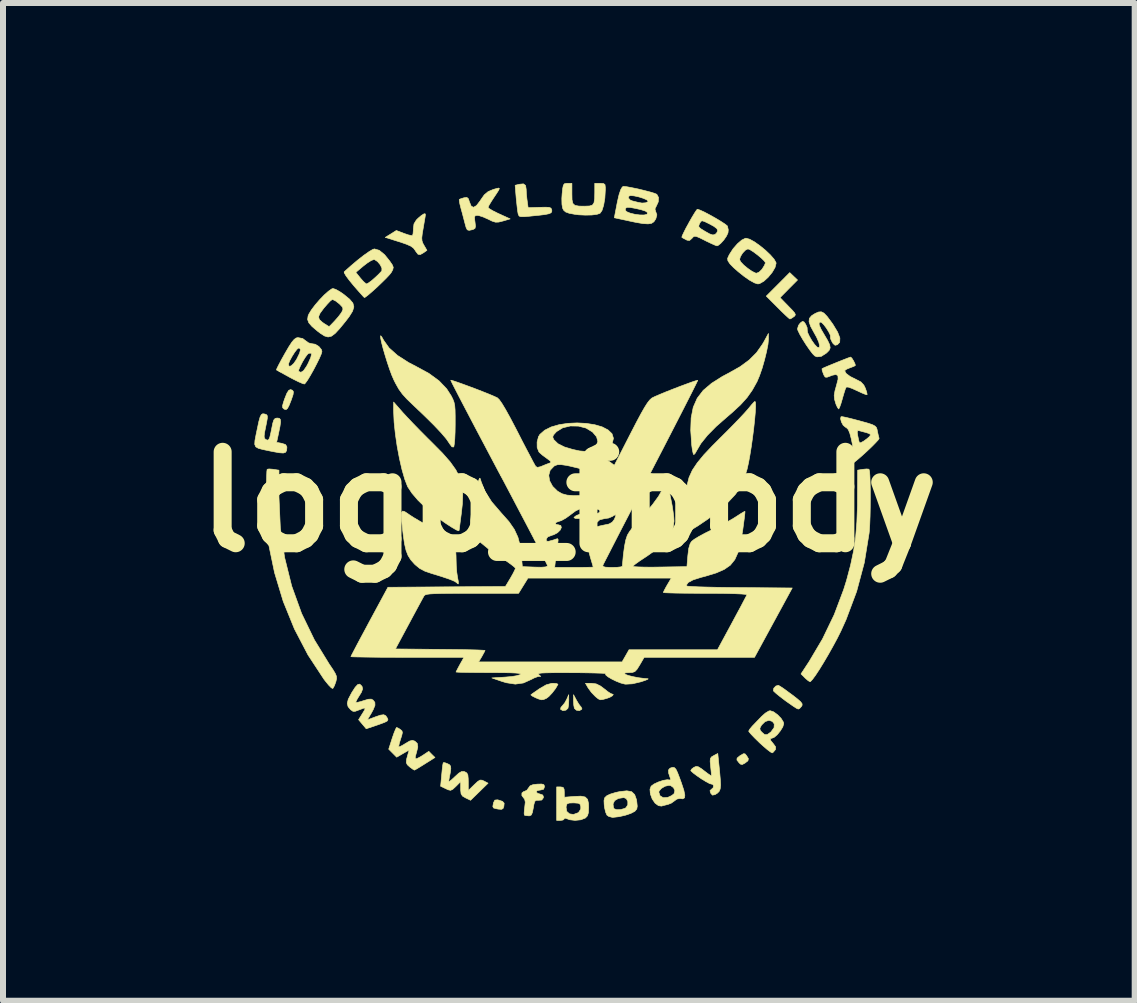
<source format=kicad_pcb>
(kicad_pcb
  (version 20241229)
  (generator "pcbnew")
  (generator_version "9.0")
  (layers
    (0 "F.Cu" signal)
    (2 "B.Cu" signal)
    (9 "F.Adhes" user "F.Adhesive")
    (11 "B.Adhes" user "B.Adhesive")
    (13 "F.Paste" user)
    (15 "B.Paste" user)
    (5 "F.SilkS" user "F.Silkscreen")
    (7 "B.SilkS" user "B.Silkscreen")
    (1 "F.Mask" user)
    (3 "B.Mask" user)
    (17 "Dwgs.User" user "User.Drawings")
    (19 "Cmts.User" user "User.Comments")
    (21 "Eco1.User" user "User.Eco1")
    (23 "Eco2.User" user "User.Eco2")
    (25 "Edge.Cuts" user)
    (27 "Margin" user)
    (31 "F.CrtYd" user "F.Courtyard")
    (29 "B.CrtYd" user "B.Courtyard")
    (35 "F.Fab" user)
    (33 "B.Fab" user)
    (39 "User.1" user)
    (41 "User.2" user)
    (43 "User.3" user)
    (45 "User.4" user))
  (footprint "logo_fbody"
    (layer "F.Cu")
    (at 6.43 5.314)
    (property "Reference" "logo_fbody" (at 0 0 0) (layer "F.SilkS") (effects (font (size 1.524 1.524) (thickness 0.3))))
    (attr through_hole)
    (fp_poly (pts (xy 0.269 0.207) (xy 0.269 0.208) (xy 0.266 0.242) (xy 0.251 0.256) (xy 0.207 0.272) (xy 0.153 0.278) (xy 0.106 0.275) (xy 0.086 0.262) (xy 0.087 0.257) (xy 0.124 0.228) (xy 0.18 0.206) (xy 0.236 0.197) (xy 0.269 0.207)) (stroke (width 0.01) (type solid)) (fill yes) (layer "F.SilkS"))
    (fp_poly (pts (xy -0.001 3.306) (xy -0.004 3.38) (xy -0.014 3.436) (xy -0.015 3.44) (xy -0.049 3.471) (xy -0.099 3.479) (xy -0.137 3.458) (xy -0.138 3.457) (xy -0.132 3.425) (xy -0.11 3.4) (xy -0.07 3.352) (xy -0.035 3.289) (xy -0.002 3.213) (xy -0.001 3.306)) (stroke (width 0.01) (type solid)) (fill yes) (layer "F.SilkS"))
    (fp_poly (pts (xy 2.936 4.199) (xy 2.962 4.229) (xy 2.992 4.279) (xy 2.985 4.314) (xy 2.937 4.352) (xy 2.89 4.377) (xy 2.859 4.37) (xy 2.835 4.346) (xy 2.801 4.302) (xy 2.804 4.27) (xy 2.848 4.233) (xy 2.861 4.225) (xy 2.909 4.197) (xy 2.936 4.199)) (stroke (width 0.01) (type solid)) (fill yes) (layer "F.SilkS"))
    (fp_poly (pts (xy 0.128 3.307) (xy 0.165 3.369) (xy 0.197 3.411) (xy 0.203 3.416) (xy 0.218 3.447) (xy 0.215 3.456) (xy 0.176 3.479) (xy 0.126 3.472) (xy 0.092 3.44) (xy 0.092 3.44) (xy 0.082 3.388) (xy 0.077 3.315) (xy 0.077 3.306) (xy 0.078 3.213) (xy 0.128 3.307)) (stroke (width 0.01) (type solid)) (fill yes) (layer "F.SilkS"))
    (fp_poly (pts (xy -1.172 4.969) (xy -1.105 4.991) (xy -1.078 5.022) (xy -1.083 5.073) (xy -1.083 5.074) (xy -1.097 5.111) (xy -1.123 5.124) (xy -1.176 5.12) (xy -1.213 5.113) (xy -1.255 5.101) (xy -1.267 5.076) (xy -1.257 5.022) (xy -1.254 5.01) (xy -1.233 4.97) (xy -1.191 4.965) (xy -1.172 4.969)) (stroke (width 0.01) (type solid)) (fill yes) (layer "F.SilkS"))
    (fp_poly (pts (xy -4.604 -1.859) (xy -4.59 -1.835) (xy -4.596 -1.787) (xy -4.624 -1.704) (xy -4.625 -1.701) (xy -4.662 -1.608) (xy -4.689 -1.557) (xy -4.713 -1.538) (xy -4.74 -1.544) (xy -4.75 -1.55) (xy -4.769 -1.569) (xy -4.772 -1.601) (xy -4.756 -1.659) (xy -4.736 -1.718) (xy -4.699 -1.81) (xy -4.668 -1.859) (xy -4.637 -1.872) (xy -4.604 -1.859)) (stroke (width 0.01) (type solid)) (fill yes) (layer "F.SilkS"))
    (fp_poly (pts (xy 3.746 -3.759) (xy 3.811 -3.698) (xy 3.665 -3.551) (xy 3.52 -3.404) (xy 3.658 -3.262) (xy 3.727 -3.191) (xy 3.765 -3.146) (xy 3.775 -3.118) (xy 3.764 -3.098) (xy 3.748 -3.085) (xy 3.704 -3.056) (xy 3.684 -3.048) (xy 3.661 -3.065) (xy 3.611 -3.111) (xy 3.541 -3.178) (xy 3.48 -3.239) (xy 3.29 -3.429) (xy 3.486 -3.625) (xy 3.681 -3.821) (xy 3.746 -3.759)) (stroke (width 0.01) (type solid)) (fill yes) (layer "F.SilkS"))
    (fp_poly (pts (xy -0.208 3.027) (xy -0.182 3.038) (xy -0.182 3.042) (xy -0.221 3.11) (xy -0.277 3.183) (xy -0.334 3.244) (xy -0.376 3.275) (xy -0.423 3.295) (xy -0.46 3.298) (xy -0.509 3.283) (xy -0.556 3.263) (xy -0.609 3.236) (xy -0.633 3.217) (xy -0.632 3.215) (xy -0.608 3.196) (xy -0.553 3.158) (xy -0.49 3.114) (xy -0.378 3.049) (xy -0.286 3.024) (xy -0.265 3.023) (xy -0.208 3.027)) (stroke (width 0.01) (type solid)) (fill yes) (layer "F.SilkS"))
    (fp_poly (pts (xy 0.455 3.033) (xy 0.528 3.069) (xy 0.584 3.111) (xy 0.647 3.161) (xy 0.696 3.193) (xy 0.714 3.2) (xy 0.74 3.209) (xy 0.728 3.23) (xy 0.684 3.256) (xy 0.638 3.273) (xy 0.567 3.293) (xy 0.525 3.298) (xy 0.491 3.283) (xy 0.445 3.246) (xy 0.44 3.241) (xy 0.376 3.175) (xy 0.322 3.101) (xy 0.322 3.101) (xy 0.277 3.023) (xy 0.377 3.023) (xy 0.455 3.033)) (stroke (width 0.01) (type solid)) (fill yes) (layer "F.SilkS"))
    (fp_poly (pts (xy 3.496 3.059) (xy 3.53 3.079) (xy 3.594 3.122) (xy 3.675 3.182) (xy 3.719 3.214) (xy 3.808 3.283) (xy 3.861 3.329) (xy 3.886 3.362) (xy 3.888 3.387) (xy 3.879 3.406) (xy 3.845 3.444) (xy 3.823 3.453) (xy 3.792 3.439) (xy 3.732 3.4) (xy 3.652 3.344) (xy 3.607 3.312) (xy 3.523 3.248) (xy 3.455 3.193) (xy 3.415 3.156) (xy 3.408 3.147) (xy 3.415 3.106) (xy 3.45 3.069) (xy 3.491 3.057) (xy 3.496 3.059)) (stroke (width 0.01) (type solid)) (fill yes) (layer "F.SilkS"))
    (fp_poly (pts (xy -0.721 -5.273) (xy -0.711 -5.209) (xy -0.708 -5.139) (xy -0.699 -5.05) (xy -0.695 -5.021) (xy -0.679 -4.903) (xy -0.486 -4.909) (xy -0.387 -4.911) (xy -0.329 -4.908) (xy -0.299 -4.896) (xy -0.287 -4.874) (xy -0.284 -4.861) (xy -0.285 -4.836) (xy -0.298 -4.817) (xy -0.333 -4.802) (xy -0.395 -4.789) (xy -0.493 -4.777) (xy -0.633 -4.763) (xy -0.651 -4.761) (xy -0.744 -4.753) (xy -0.8 -4.753) (xy -0.828 -4.763) (xy -0.841 -4.787) (xy -0.846 -4.804) (xy -0.855 -4.857) (xy -0.865 -4.945) (xy -0.876 -5.048) (xy -0.878 -5.07) (xy -0.895 -5.276) (xy -0.827 -5.293) (xy -0.757 -5.3) (xy -0.721 -5.273)) (stroke (width 0.01) (type solid)) (fill yes) (layer "F.SilkS"))
    (fp_poly (pts (xy 3.327 -2.715) (xy 3.319 -2.626) (xy 3.295 -2.505) (xy 3.261 -2.367) (xy 3.221 -2.227) (xy 3.177 -2.101) (xy 3.136 -2.004) (xy 3.058 -1.864) (xy 2.97 -1.739) (xy 2.862 -1.619) (xy 2.725 -1.492) (xy 2.633 -1.413) (xy 2.456 -1.258) (xy 2.31 -1.11) (xy 2.2 -0.973) (xy 2.132 -0.857) (xy 2.104 -0.808) (xy 2.082 -0.787) (xy 2.071 -0.81) (xy 2.058 -0.87) (xy 2.048 -0.944) (xy 2.031 -1.192) (xy 2.038 -1.4) (xy 2.073 -1.577) (xy 2.139 -1.727) (xy 2.239 -1.858) (xy 2.378 -1.976) (xy 2.558 -2.09) (xy 2.656 -2.142) (xy 2.852 -2.252) (xy 3.006 -2.365) (xy 3.128 -2.487) (xy 3.227 -2.628) (xy 3.25 -2.667) (xy 3.326 -2.807) (xy 3.327 -2.715)) (stroke (width 0.01) (type solid)) (fill yes) (layer "F.SilkS"))
    (fp_poly (pts (xy -2.764 -1.486) (xy -2.692 -1.408) (xy -2.594 -1.305) (xy -2.479 -1.187) (xy -2.357 -1.064) (xy -2.27 -0.978) (xy -2.105 -0.811) (xy -1.977 -0.665) (xy -1.883 -0.533) (xy -1.819 -0.406) (xy -1.782 -0.276) (xy -1.768 -0.133) (xy -1.774 0.03) (xy -1.791 0.186) (xy -1.806 0.3) (xy -1.818 0.393) (xy -1.826 0.455) (xy -1.829 0.476) (xy -1.84 0.482) (xy -1.876 0.467) (xy -1.943 0.428) (xy -2.044 0.363) (xy -2.083 0.336) (xy -2.237 0.224) (xy -2.384 0.1) (xy -2.513 -0.026) (xy -2.615 -0.145) (xy -2.683 -0.248) (xy -2.687 -0.255) (xy -2.734 -0.376) (xy -2.78 -0.535) (xy -2.823 -0.722) (xy -2.861 -0.924) (xy -2.891 -1.13) (xy -2.912 -1.327) (xy -2.92 -1.505) (xy -2.921 -1.537) (xy -2.92 -1.664) (xy -2.764 -1.486)) (stroke (width 0.01) (type solid)) (fill yes) (layer "F.SilkS"))
    (fp_poly (pts (xy -2.392 -4.798) (xy -2.391 -4.779) (xy -2.397 -4.738) (xy -2.41 -4.663) (xy -2.425 -4.574) (xy -2.443 -4.468) (xy -2.451 -4.398) (xy -2.447 -4.35) (xy -2.433 -4.31) (xy -2.414 -4.276) (xy -2.365 -4.192) (xy -2.42 -4.153) (xy -2.476 -4.121) (xy -2.513 -4.126) (xy -2.549 -4.172) (xy -2.56 -4.19) (xy -2.589 -4.229) (xy -2.634 -4.262) (xy -2.704 -4.293) (xy -2.81 -4.33) (xy -2.831 -4.336) (xy -3.06 -4.408) (xy -2.967 -4.465) (xy -2.875 -4.523) (xy -2.747 -4.474) (xy -2.673 -4.449) (xy -2.621 -4.438) (xy -2.605 -4.439) (xy -2.596 -4.472) (xy -2.591 -4.534) (xy -2.591 -4.553) (xy -2.581 -4.633) (xy -2.542 -4.697) (xy -2.512 -4.727) (xy -2.458 -4.773) (xy -2.418 -4.798) (xy -2.41 -4.801) (xy -2.398 -4.801) (xy -2.392 -4.798)) (stroke (width 0.01) (type solid)) (fill yes) (layer "F.SilkS"))
    (fp_poly (pts (xy 0.051 -5.134) (xy 0.053 -5.034) (xy 0.067 -4.973) (xy 0.102 -4.941) (xy 0.169 -4.929) (xy 0.266 -4.928) (xy 0.344 -4.931) (xy 0.393 -4.946) (xy 0.419 -4.984) (xy 0.43 -5.053) (xy 0.432 -5.158) (xy 0.432 -5.309) (xy 0.521 -5.309) (xy 0.576 -5.306) (xy 0.602 -5.288) (xy 0.608 -5.242) (xy 0.608 -5.201) (xy 0.6 -5.062) (xy 0.58 -4.944) (xy 0.552 -4.855) (xy 0.519 -4.809) (xy 0.468 -4.792) (xy 0.382 -4.781) (xy 0.275 -4.779) (xy 0.164 -4.784) (xy 0.102 -4.792) (xy 0.005 -4.81) (xy -0.053 -4.831) (xy -0.087 -4.861) (xy -0.104 -4.895) (xy -0.115 -4.959) (xy -0.117 -5.055) (xy -0.112 -5.135) (xy -0.102 -5.227) (xy -0.091 -5.278) (xy -0.073 -5.302) (xy -0.042 -5.308) (xy -0.022 -5.309) (xy 0.051 -5.309) (xy 0.051 -5.134)) (stroke (width 0.01) (type solid)) (fill yes) (layer "F.SilkS"))
    (fp_poly (pts (xy -4.935 -0.544) (xy -4.922 -0.542) (xy -4.831 -0.528) (xy -4.831 -0.08) (xy -4.808 0.433) (xy -4.737 0.927) (xy -4.619 1.402) (xy -4.454 1.859) (xy -4.241 2.299) (xy -3.994 2.702) (xy -3.93 2.797) (xy -3.892 2.861) (xy -3.873 2.907) (xy -3.871 2.946) (xy -3.881 2.99) (xy -3.884 3.001) (xy -3.908 3.066) (xy -3.931 3.106) (xy -3.935 3.11) (xy -3.959 3.098) (xy -4.004 3.052) (xy -4.061 2.982) (xy -4.083 2.953) (xy -4.347 2.551) (xy -4.573 2.118) (xy -4.76 1.658) (xy -4.905 1.178) (xy -4.996 0.741) (xy -5.016 0.59) (xy -5.03 0.42) (xy -5.038 0.22) (xy -5.041 -0.02) (xy -5.041 -0.03) (xy -5.041 -0.184) (xy -5.039 -0.32) (xy -5.036 -0.431) (xy -5.033 -0.507) (xy -5.028 -0.542) (xy -5.028 -0.543) (xy -4.996 -0.549) (xy -4.935 -0.544)) (stroke (width 0.01) (type solid)) (fill yes) (layer "F.SilkS"))
    (fp_poly (pts (xy -2.738 0.161) (xy -2.688 0.193) (xy -2.66 0.213) (xy -2.588 0.26) (xy -2.485 0.321) (xy -2.366 0.388) (xy -2.257 0.447) (xy -2.116 0.522) (xy -2.016 0.586) (xy -1.948 0.647) (xy -1.908 0.713) (xy -1.887 0.794) (xy -1.88 0.899) (xy -1.879 0.953) (xy -1.876 1.065) (xy -1.868 1.172) (xy -1.856 1.251) (xy -1.855 1.257) (xy -1.841 1.331) (xy -1.842 1.367) (xy -1.858 1.361) (xy -1.864 1.352) (xy -1.901 1.325) (xy -1.988 1.289) (xy -2.121 1.244) (xy -2.282 1.195) (xy -2.399 1.155) (xy -2.486 1.109) (xy -2.562 1.046) (xy -2.574 1.034) (xy -2.634 0.966) (xy -2.679 0.895) (xy -2.713 0.808) (xy -2.739 0.697) (xy -2.76 0.55) (xy -2.77 0.464) (xy -2.785 0.324) (xy -2.791 0.229) (xy -2.787 0.174) (xy -2.77 0.153) (xy -2.738 0.161)) (stroke (width 0.01) (type solid)) (fill yes) (layer "F.SilkS"))
    (fp_poly (pts (xy -0.418 4.711) (xy -0.407 4.735) (xy -0.406 4.748) (xy -0.421 4.789) (xy -0.468 4.801) (xy -0.527 4.811) (xy -0.545 4.833) (xy -0.52 4.857) (xy -0.487 4.867) (xy -0.435 4.885) (xy -0.423 4.917) (xy -0.425 4.932) (xy -0.452 4.969) (xy -0.505 4.973) (xy -0.544 4.973) (xy -0.567 4.991) (xy -0.582 5.04) (xy -0.592 5.099) (xy -0.608 5.178) (xy -0.626 5.218) (xy -0.655 5.232) (xy -0.671 5.232) (xy -0.721 5.227) (xy -0.741 5.22) (xy -0.745 5.189) (xy -0.74 5.126) (xy -0.735 5.086) (xy -0.726 5.004) (xy -0.736 4.956) (xy -0.751 4.937) (xy -0.783 4.894) (xy -0.782 4.851) (xy -0.752 4.827) (xy -0.743 4.826) (xy -0.699 4.805) (xy -0.673 4.769) (xy -0.646 4.732) (xy -0.596 4.712) (xy -0.527 4.704) (xy -0.454 4.702) (xy -0.418 4.711)) (stroke (width 0.01) (type solid)) (fill yes) (layer "F.SilkS"))
    (fp_poly (pts (xy 2.512 4.487) (xy 2.524 4.624) (xy 2.529 4.719) (xy 2.522 4.784) (xy 2.504 4.826) (xy 2.472 4.857) (xy 2.435 4.879) (xy 2.393 4.887) (xy 2.364 4.854) (xy 2.352 4.812) (xy 2.375 4.791) (xy 2.405 4.764) (xy 2.412 4.728) (xy 2.395 4.705) (xy 2.379 4.704) (xy 2.345 4.694) (xy 2.285 4.662) (xy 2.211 4.617) (xy 2.137 4.566) (xy 2.074 4.519) (xy 2.037 4.485) (xy 2.032 4.475) (xy 2.051 4.449) (xy 2.085 4.424) (xy 2.12 4.409) (xy 2.156 4.414) (xy 2.207 4.445) (xy 2.254 4.481) (xy 2.317 4.529) (xy 2.362 4.559) (xy 2.376 4.566) (xy 2.376 4.539) (xy 2.37 4.477) (xy 2.363 4.411) (xy 2.355 4.328) (xy 2.358 4.279) (xy 2.376 4.251) (xy 2.414 4.229) (xy 2.414 4.228) (xy 2.482 4.193) (xy 2.512 4.487)) (stroke (width 0.01) (type solid)) (fill yes) (layer "F.SilkS"))
    (fp_poly (pts (xy 3.111 -1.653) (xy 3.112 -1.588) (xy 3.107 -1.489) (xy 3.096 -1.365) (xy 3.081 -1.224) (xy 3.062 -1.075) (xy 3.041 -0.924) (xy 3.018 -0.781) (xy 2.995 -0.654) (xy 2.972 -0.551) (xy 2.971 -0.546) (xy 2.937 -0.435) (xy 2.899 -0.328) (xy 2.862 -0.248) (xy 2.858 -0.24) (xy 2.773 -0.122) (xy 2.65 0.009) (xy 2.499 0.145) (xy 2.328 0.279) (xy 2.145 0.403) (xy 2.105 0.427) (xy 2.013 0.483) (xy 1.981 0.202) (xy 1.963 0.015) (xy 1.959 -0.143) (xy 1.971 -0.281) (xy 2.003 -0.407) (xy 2.058 -0.528) (xy 2.141 -0.652) (xy 2.253 -0.788) (xy 2.399 -0.942) (xy 2.517 -1.06) (xy 2.639 -1.181) (xy 2.754 -1.298) (xy 2.856 -1.404) (xy 2.936 -1.49) (xy 2.989 -1.55) (xy 2.997 -1.56) (xy 3.048 -1.622) (xy 3.087 -1.664) (xy 3.102 -1.675) (xy 3.111 -1.653)) (stroke (width 0.01) (type solid)) (fill yes) (layer "F.SilkS"))
    (fp_poly (pts (xy -0.096 4.757) (xy -0.079 4.788) (xy -0.076 4.836) (xy -0.076 4.922) (xy 0.088 4.909) (xy 0.201 4.904) (xy 0.272 4.918) (xy 0.312 4.957) (xy 0.328 5.027) (xy 0.33 5.094) (xy 0.326 5.18) (xy 0.31 5.232) (xy 0.277 5.267) (xy 0.274 5.269) (xy 0.2 5.298) (xy 0.104 5.308) (xy 0.012 5.297) (xy -0.027 5.282) (xy -0.068 5.269) (xy -0.076 5.282) (xy -0.098 5.302) (xy -0.14 5.309) (xy -0.203 5.309) (xy -0.203 5.09) (xy -0.046 5.09) (xy -0.035 5.158) (xy 0.011 5.199) (xy 0.077 5.209) (xy 0.151 5.182) (xy 0.163 5.174) (xy 0.198 5.12) (xy 0.199 5.079) (xy 0.188 5.04) (xy 0.159 5.022) (xy 0.097 5.017) (xy 0.076 5.016) (xy 0.005 5.019) (xy -0.03 5.033) (xy -0.043 5.067) (xy -0.046 5.09) (xy -0.203 5.09) (xy -0.203 4.75) (xy -0.14 4.75) (xy -0.096 4.757)) (stroke (width 0.01) (type solid)) (fill yes) (layer "F.SilkS"))
    (fp_poly (pts (xy 1.047 4.83) (xy 1.097 4.878) (xy 1.127 4.962) (xy 1.132 4.995) (xy 1.14 5.072) (xy 1.132 5.118) (xy 1.103 5.153) (xy 1.095 5.159) (xy 1.034 5.191) (xy 0.942 5.222) (xy 0.838 5.246) (xy 0.743 5.257) (xy 0.726 5.258) (xy 0.665 5.242) (xy 0.634 5.219) (xy 0.613 5.171) (xy 0.595 5.095) (xy 0.59 5.056) (xy 0.589 5.037) (xy 0.737 5.037) (xy 0.743 5.091) (xy 0.754 5.114) (xy 0.798 5.13) (xy 0.865 5.127) (xy 0.93 5.109) (xy 0.951 5.097) (xy 0.982 5.05) (xy 0.983 4.994) (xy 0.958 4.946) (xy 0.916 4.928) (xy 0.826 4.942) (xy 0.763 4.979) (xy 0.737 5.033) (xy 0.737 5.037) (xy 0.589 5.037) (xy 0.586 4.979) (xy 0.596 4.933) (xy 0.626 4.903) (xy 0.638 4.894) (xy 0.696 4.868) (xy 0.783 4.842) (xy 0.849 4.828) (xy 0.966 4.815) (xy 1.047 4.83)) (stroke (width 0.01) (type solid)) (fill yes) (layer "F.SilkS"))
    (fp_poly (pts (xy 5 -0.545) (xy 5.002 -0.543) (xy 5.011 -0.51) (xy 5.017 -0.436) (xy 5.021 -0.329) (xy 5.024 -0.199) (xy 5.024 -0.055) (xy 5.023 0.094) (xy 5.02 0.239) (xy 5.015 0.37) (xy 5.008 0.479) (xy 5.004 0.521) (xy 4.924 1.013) (xy 4.796 1.492) (xy 4.62 1.962) (xy 4.533 2.154) (xy 4.471 2.278) (xy 4.399 2.411) (xy 4.323 2.546) (xy 4.246 2.677) (xy 4.174 2.794) (xy 4.11 2.891) (xy 4.059 2.96) (xy 4.026 2.995) (xy 4.02 2.997) (xy 3.99 2.981) (xy 3.943 2.941) (xy 3.934 2.932) (xy 3.869 2.867) (xy 4.005 2.66) (xy 4.228 2.283) (xy 4.423 1.878) (xy 4.58 1.461) (xy 4.628 1.308) (xy 4.695 1.055) (xy 4.745 0.819) (xy 4.78 0.584) (xy 4.8 0.334) (xy 4.81 0.054) (xy 4.81 -0.029) (xy 4.813 -0.529) (xy 4.901 -0.543) (xy 4.963 -0.549) (xy 5 -0.545)) (stroke (width 0.01) (type solid)) (fill yes) (layer "F.SilkS"))
    (fp_poly (pts (xy -3.118 -2.749) (xy -3.09 -2.7) (xy -3.088 -2.695) (xy -2.996 -2.566) (xy -2.856 -2.441) (xy -2.672 -2.323) (xy -2.547 -2.258) (xy -2.332 -2.141) (xy -2.164 -2.018) (xy -2.036 -1.884) (xy -1.96 -1.766) (xy -1.933 -1.712) (xy -1.914 -1.662) (xy -1.902 -1.606) (xy -1.896 -1.532) (xy -1.894 -1.43) (xy -1.894 -1.289) (xy -1.896 -1.16) (xy -1.901 -1.048) (xy -1.909 -0.965) (xy -1.917 -0.919) (xy -1.92 -0.915) (xy -1.948 -0.917) (xy -1.985 -0.966) (xy -1.992 -0.977) (xy -2.042 -1.05) (xy -2.13 -1.153) (xy -2.253 -1.283) (xy -2.41 -1.438) (xy -2.594 -1.613) (xy -2.699 -1.714) (xy -2.775 -1.798) (xy -2.834 -1.88) (xy -2.887 -1.974) (xy -2.916 -2.032) (xy -2.95 -2.11) (xy -2.988 -2.212) (xy -3.026 -2.326) (xy -3.063 -2.445) (xy -3.096 -2.558) (xy -3.121 -2.655) (xy -3.136 -2.727) (xy -3.138 -2.765) (xy -3.135 -2.769) (xy -3.118 -2.749)) (stroke (width 0.01) (type solid)) (fill yes) (layer "F.SilkS"))
    (fp_poly (pts (xy -2.065 4.347) (xy -2.02 4.364) (xy -1.988 4.381) (xy -1.971 4.405) (xy -1.967 4.446) (xy -1.976 4.514) (xy -1.997 4.621) (xy -1.997 4.623) (xy -2.001 4.655) (xy -1.99 4.659) (xy -1.957 4.634) (xy -1.9 4.581) (xy -1.834 4.521) (xy -1.788 4.494) (xy -1.749 4.493) (xy -1.734 4.498) (xy -1.701 4.517) (xy -1.683 4.55) (xy -1.677 4.613) (xy -1.676 4.665) (xy -1.676 4.811) (xy -1.578 4.715) (xy -1.519 4.66) (xy -1.48 4.636) (xy -1.446 4.638) (xy -1.413 4.653) (xy -1.346 4.688) (xy -1.638 4.973) (xy -1.721 4.933) (xy -1.772 4.903) (xy -1.796 4.866) (xy -1.803 4.803) (xy -1.803 4.777) (xy -1.803 4.662) (xy -1.883 4.742) (xy -1.935 4.79) (xy -1.971 4.807) (xy -2.012 4.798) (xy -2.05 4.78) (xy -2.137 4.739) (xy -2.119 4.547) (xy -2.11 4.455) (xy -2.101 4.383) (xy -2.093 4.347) (xy -2.093 4.346) (xy -2.065 4.347)) (stroke (width 0.01) (type solid)) (fill yes) (layer "F.SilkS"))
    (fp_poly (pts (xy -5.067 -1.464) (xy -5.061 -1.462) (xy -5.036 -1.452) (xy -5.025 -1.433) (xy -5.025 -1.394) (xy -5.037 -1.324) (xy -5.051 -1.255) (xy -5.071 -1.156) (xy -5.078 -1.095) (xy -5.073 -1.061) (xy -5.056 -1.043) (xy -5.055 -1.042) (xy -5.025 -1.028) (xy -5.002 -1.037) (xy -4.984 -1.076) (xy -4.966 -1.153) (xy -4.953 -1.218) (xy -4.934 -1.312) (xy -4.917 -1.365) (xy -4.895 -1.39) (xy -4.865 -1.397) (xy -4.86 -1.397) (xy -4.826 -1.393) (xy -4.808 -1.374) (xy -4.804 -1.332) (xy -4.814 -1.258) (xy -4.836 -1.15) (xy -4.87 -0.992) (xy -4.785 -0.976) (xy -4.723 -0.956) (xy -4.701 -0.922) (xy -4.699 -0.905) (xy -4.704 -0.856) (xy -4.721 -0.826) (xy -4.759 -0.814) (xy -4.827 -0.819) (xy -4.932 -0.838) (xy -4.991 -0.85) (xy -5.101 -0.873) (xy -5.175 -0.893) (xy -5.218 -0.918) (xy -5.235 -0.959) (xy -5.231 -1.024) (xy -5.212 -1.124) (xy -5.192 -1.219) (xy -5.167 -1.337) (xy -5.146 -1.413) (xy -5.125 -1.454) (xy -5.1 -1.469) (xy -5.067 -1.464)) (stroke (width 0.01) (type solid)) (fill yes) (layer "F.SilkS"))
    (fp_poly (pts (xy -2.839 3.773) (xy -2.808 3.793) (xy -2.781 3.817) (xy -2.774 3.845) (xy -2.785 3.895) (xy -2.803 3.95) (xy -2.825 4.022) (xy -2.835 4.071) (xy -2.834 4.083) (xy -2.809 4.076) (xy -2.757 4.048) (xy -2.722 4.026) (xy -2.654 3.986) (xy -2.608 3.974) (xy -2.567 3.987) (xy -2.526 4.025) (xy -2.517 4.085) (xy -2.539 4.176) (xy -2.543 4.189) (xy -2.559 4.247) (xy -2.559 4.282) (xy -2.558 4.283) (xy -2.531 4.278) (xy -2.477 4.25) (xy -2.439 4.227) (xy -2.334 4.157) (xy -2.283 4.209) (xy -2.231 4.26) (xy -2.398 4.365) (xy -2.478 4.415) (xy -2.539 4.452) (xy -2.572 4.47) (xy -2.574 4.47) (xy -2.599 4.456) (xy -2.646 4.422) (xy -2.653 4.416) (xy -2.692 4.381) (xy -2.709 4.344) (xy -2.705 4.292) (xy -2.682 4.208) (xy -2.678 4.194) (xy -2.66 4.134) (xy -2.869 4.255) (xy -3.002 4.121) (xy -2.944 3.94) (xy -2.914 3.853) (xy -2.888 3.789) (xy -2.872 3.76) (xy -2.87 3.759) (xy -2.839 3.773)) (stroke (width 0.01) (type solid)) (fill yes) (layer "F.SilkS"))
    (fp_poly (pts (xy -3.453 3.067) (xy -3.445 3.079) (xy -3.437 3.118) (xy -3.457 3.173) (xy -3.49 3.226) (xy -3.528 3.288) (xy -3.549 3.332) (xy -3.55 3.342) (xy -3.522 3.341) (xy -3.462 3.326) (xy -3.42 3.312) (xy -3.341 3.289) (xy -3.293 3.287) (xy -3.263 3.303) (xy -3.233 3.341) (xy -3.231 3.39) (xy -3.26 3.462) (xy -3.292 3.521) (xy -3.359 3.634) (xy -3.225 3.583) (xy -3.139 3.554) (xy -3.085 3.547) (xy -3.051 3.564) (xy -3.023 3.606) (xy -3.015 3.631) (xy -3.029 3.653) (xy -3.072 3.675) (xy -3.153 3.705) (xy -3.187 3.717) (xy -3.377 3.781) (xy -3.441 3.705) (xy -3.504 3.63) (xy -3.441 3.529) (xy -3.402 3.465) (xy -3.395 3.436) (xy -3.424 3.439) (xy -3.496 3.467) (xy -3.497 3.467) (xy -3.56 3.49) (xy -3.598 3.49) (xy -3.633 3.466) (xy -3.636 3.464) (xy -3.679 3.413) (xy -3.693 3.358) (xy -3.676 3.289) (xy -3.626 3.194) (xy -3.617 3.177) (xy -3.56 3.089) (xy -3.518 3.044) (xy -3.485 3.037) (xy -3.453 3.067)) (stroke (width 0.01) (type solid)) (fill yes) (layer "F.SilkS"))
    (fp_poly (pts (xy -3.159 -4.192) (xy -3.07 -4.119) (xy -2.985 -4.013) (xy -2.942 -3.95) (xy -2.926 -3.909) (xy -2.934 -3.871) (xy -2.957 -3.827) (xy -2.987 -3.788) (xy -3.043 -3.728) (xy -3.116 -3.656) (xy -3.195 -3.58) (xy -3.274 -3.509) (xy -3.341 -3.451) (xy -3.389 -3.414) (xy -3.407 -3.405) (xy -3.427 -3.424) (xy -3.472 -3.474) (xy -3.535 -3.545) (xy -3.591 -3.61) (xy -3.663 -3.698) (xy -3.716 -3.77) (xy -3.743 -3.818) (xy -3.743 -3.825) (xy -3.55 -3.825) (xy -3.473 -3.729) (xy -3.423 -3.672) (xy -3.383 -3.638) (xy -3.371 -3.632) (xy -3.34 -3.648) (xy -3.285 -3.688) (xy -3.242 -3.726) (xy -3.179 -3.784) (xy -3.132 -3.833) (xy -3.116 -3.853) (xy -3.116 -3.897) (xy -3.144 -3.953) (xy -3.188 -4.005) (xy -3.235 -4.036) (xy -3.25 -4.039) (xy -3.293 -4.023) (xy -3.358 -3.982) (xy -3.423 -3.932) (xy -3.55 -3.825) (xy -3.743 -3.825) (xy -3.744 -3.834) (xy -3.633 -3.933) (xy -3.523 -4.026) (xy -3.42 -4.107) (xy -3.332 -4.169) (xy -3.268 -4.207) (xy -3.24 -4.216) (xy -3.159 -4.192)) (stroke (width 0.01) (type solid)) (fill yes) (layer "F.SilkS"))
    (fp_poly (pts (xy 1.761 4.43) (xy 1.785 4.456) (xy 1.811 4.51) (xy 1.846 4.601) (xy 1.876 4.684) (xy 1.916 4.805) (xy 1.933 4.886) (xy 1.928 4.932) (xy 1.898 4.949) (xy 1.849 4.943) (xy 1.8 4.953) (xy 1.765 4.979) (xy 1.708 5.02) (xy 1.655 5.041) (xy 1.587 5.058) (xy 1.543 5.07) (xy 1.493 5.062) (xy 1.437 5.021) (xy 1.389 4.951) (xy 1.359 4.869) (xy 1.356 4.838) (xy 1.499 4.838) (xy 1.52 4.898) (xy 1.573 4.93) (xy 1.646 4.925) (xy 1.65 4.924) (xy 1.713 4.895) (xy 1.753 4.864) (xy 1.767 4.814) (xy 1.745 4.763) (xy 1.698 4.729) (xy 1.668 4.724) (xy 1.603 4.739) (xy 1.542 4.775) (xy 1.504 4.819) (xy 1.499 4.838) (xy 1.356 4.838) (xy 1.352 4.79) (xy 1.371 4.738) (xy 1.419 4.702) (xy 1.492 4.668) (xy 1.573 4.641) (xy 1.64 4.63) (xy 1.666 4.633) (xy 1.695 4.635) (xy 1.692 4.608) (xy 1.663 4.521) (xy 1.66 4.469) (xy 1.684 4.44) (xy 1.702 4.432) (xy 1.735 4.424) (xy 1.761 4.43)) (stroke (width 0.01) (type solid)) (fill yes) (layer "F.SilkS"))
    (fp_poly (pts (xy 3.412 3.499) (xy 3.478 3.547) (xy 3.538 3.609) (xy 3.576 3.671) (xy 3.581 3.697) (xy 3.565 3.751) (xy 3.524 3.817) (xy 3.472 3.881) (xy 3.42 3.925) (xy 3.388 3.937) (xy 3.357 3.946) (xy 3.365 3.978) (xy 3.409 4.032) (xy 3.446 4.083) (xy 3.445 4.123) (xy 3.439 4.133) (xy 3.406 4.172) (xy 3.389 4.183) (xy 3.362 4.169) (xy 3.307 4.128) (xy 3.234 4.065) (xy 3.181 4.017) (xy 3.103 3.941) (xy 3.042 3.878) (xy 3.005 3.834) (xy 2.997 3.821) (xy 3.013 3.79) (xy 3.028 3.772) (xy 3.183 3.772) (xy 3.189 3.806) (xy 3.214 3.836) (xy 3.262 3.878) (xy 3.307 3.878) (xy 3.363 3.838) (xy 3.37 3.831) (xy 3.42 3.763) (xy 3.423 3.7) (xy 3.392 3.659) (xy 3.335 3.64) (xy 3.27 3.662) (xy 3.211 3.72) (xy 3.209 3.724) (xy 3.183 3.772) (xy 3.028 3.772) (xy 3.053 3.742) (xy 3.059 3.735) (xy 3.115 3.677) (xy 3.184 3.605) (xy 3.213 3.575) (xy 3.275 3.52) (xy 3.331 3.486) (xy 3.354 3.48) (xy 3.412 3.499)) (stroke (width 0.01) (type solid)) (fill yes) (layer "F.SilkS"))
    (fp_poly (pts (xy -1.158 -5.223) (xy -1.169 -5.195) (xy -1.206 -5.137) (xy -1.241 -5.085) (xy -1.292 -5.007) (xy -1.33 -4.944) (xy -1.346 -4.909) (xy -1.346 -4.907) (xy -1.325 -4.886) (xy -1.268 -4.852) (xy -1.186 -4.811) (xy -1.162 -4.8) (xy -0.978 -4.716) (xy -1.097 -4.681) (xy -1.169 -4.663) (xy -1.222 -4.661) (xy -1.279 -4.679) (xy -1.344 -4.711) (xy -1.425 -4.747) (xy -1.495 -4.77) (xy -1.526 -4.775) (xy -1.559 -4.77) (xy -1.572 -4.747) (xy -1.568 -4.692) (xy -1.564 -4.664) (xy -1.556 -4.594) (xy -1.564 -4.558) (xy -1.593 -4.541) (xy -1.605 -4.537) (xy -1.662 -4.525) (xy -1.693 -4.534) (xy -1.713 -4.575) (xy -1.728 -4.629) (xy -1.751 -4.717) (xy -1.779 -4.824) (xy -1.796 -4.884) (xy -1.816 -4.963) (xy -1.826 -5.02) (xy -1.826 -5.041) (xy -1.797 -5.053) (xy -1.748 -5.068) (xy -1.7 -5.074) (xy -1.674 -5.052) (xy -1.657 -5) (xy -1.628 -4.93) (xy -1.589 -4.909) (xy -1.539 -4.938) (xy -1.479 -5.016) (xy -1.471 -5.029) (xy -1.41 -5.116) (xy -1.345 -5.171) (xy -1.259 -5.207) (xy -1.202 -5.223) (xy -1.17 -5.23) (xy -1.158 -5.223)) (stroke (width 0.01) (type solid)) (fill yes) (layer "F.SilkS"))
    (fp_poly (pts (xy -3.884 -3.541) (xy -3.815 -3.502) (xy -3.745 -3.453) (xy -3.653 -3.377) (xy -3.599 -3.313) (xy -3.583 -3.25) (xy -3.604 -3.179) (xy -3.66 -3.089) (xy -3.721 -3.009) (xy -3.819 -2.889) (xy -3.895 -2.807) (xy -3.957 -2.761) (xy -4.013 -2.748) (xy -4.072 -2.765) (xy -4.141 -2.809) (xy -4.188 -2.845) (xy -4.28 -2.923) (xy -4.334 -2.985) (xy -4.354 -3.04) (xy -4.347 -3.087) (xy -4.171 -3.087) (xy -4.159 -3.04) (xy -4.109 -2.994) (xy -4.075 -2.97) (xy -4.024 -2.938) (xy -3.997 -2.922) (xy -3.996 -2.921) (xy -3.977 -2.938) (xy -3.935 -2.981) (xy -3.902 -3.016) (xy -3.842 -3.084) (xy -3.794 -3.148) (xy -3.78 -3.171) (xy -3.764 -3.212) (xy -3.773 -3.246) (xy -3.814 -3.29) (xy -3.832 -3.306) (xy -3.889 -3.35) (xy -3.934 -3.371) (xy -3.945 -3.371) (xy -3.976 -3.348) (xy -4.026 -3.295) (xy -4.083 -3.229) (xy -4.145 -3.146) (xy -4.171 -3.087) (xy -4.347 -3.087) (xy -4.346 -3.098) (xy -4.332 -3.131) (xy -4.29 -3.2) (xy -4.228 -3.282) (xy -4.154 -3.368) (xy -4.077 -3.448) (xy -4.006 -3.511) (xy -3.952 -3.549) (xy -3.931 -3.556) (xy -3.884 -3.541)) (stroke (width 0.01) (type solid)) (fill yes) (layer "F.SilkS"))
    (fp_poly (pts (xy 3.014 -4.377) (xy 3.094 -4.333) (xy 3.185 -4.268) (xy 3.276 -4.194) (xy 3.358 -4.116) (xy 3.42 -4.045) (xy 3.452 -3.989) (xy 3.454 -3.976) (xy 3.436 -3.906) (xy 3.388 -3.824) (xy 3.322 -3.744) (xy 3.249 -3.677) (xy 3.18 -3.638) (xy 3.151 -3.632) (xy 3.095 -3.649) (xy 3.011 -3.695) (xy 2.911 -3.765) (xy 2.911 -3.766) (xy 2.823 -3.836) (xy 2.746 -3.904) (xy 2.692 -3.959) (xy 2.683 -3.969) (xy 2.65 -4.019) (xy 2.648 -4.038) (xy 2.845 -4.038) (xy 2.865 -3.999) (xy 2.915 -3.946) (xy 2.982 -3.891) (xy 3.051 -3.843) (xy 3.11 -3.814) (xy 3.129 -3.811) (xy 3.171 -3.829) (xy 3.219 -3.876) (xy 3.224 -3.884) (xy 3.259 -3.94) (xy 3.276 -3.982) (xy 3.277 -3.985) (xy 3.257 -4.015) (xy 3.209 -4.062) (xy 3.144 -4.116) (xy 3.076 -4.167) (xy 3.017 -4.204) (xy 2.984 -4.216) (xy 2.943 -4.196) (xy 2.896 -4.147) (xy 2.859 -4.087) (xy 2.845 -4.038) (xy 2.648 -4.038) (xy 2.645 -4.057) (xy 2.668 -4.108) (xy 2.675 -4.122) (xy 2.737 -4.218) (xy 2.809 -4.301) (xy 2.881 -4.363) (xy 2.942 -4.393) (xy 2.954 -4.394) (xy 3.014 -4.377)) (stroke (width 0.01) (type solid)) (fill yes) (layer "F.SilkS"))
    (fp_poly (pts (xy 2.183 -4.864) (xy 2.254 -4.832) (xy 2.343 -4.785) (xy 2.438 -4.732) (xy 2.527 -4.679) (xy 2.598 -4.633) (xy 2.639 -4.601) (xy 2.643 -4.595) (xy 2.657 -4.534) (xy 2.652 -4.483) (xy 2.626 -4.428) (xy 2.582 -4.364) (xy 2.53 -4.307) (xy 2.485 -4.272) (xy 2.469 -4.267) (xy 2.436 -4.278) (xy 2.371 -4.307) (xy 2.287 -4.347) (xy 2.27 -4.356) (xy 2.182 -4.4) (xy 2.127 -4.423) (xy 2.094 -4.427) (xy 2.071 -4.414) (xy 2.052 -4.392) (xy 2.012 -4.357) (xy 1.97 -4.361) (xy 1.951 -4.371) (xy 1.903 -4.396) (xy 1.883 -4.409) (xy 1.889 -4.434) (xy 1.916 -4.491) (xy 1.955 -4.569) (xy 1.978 -4.609) (xy 2.166 -4.609) (xy 2.167 -4.582) (xy 2.196 -4.554) (xy 2.261 -4.514) (xy 2.267 -4.51) (xy 2.348 -4.465) (xy 2.401 -4.448) (xy 2.438 -4.458) (xy 2.463 -4.482) (xy 2.481 -4.518) (xy 2.468 -4.553) (xy 2.417 -4.592) (xy 2.336 -4.636) (xy 2.264 -4.671) (xy 2.224 -4.684) (xy 2.202 -4.676) (xy 2.185 -4.65) (xy 2.166 -4.609) (xy 1.978 -4.609) (xy 2.003 -4.656) (xy 2.052 -4.742) (xy 2.096 -4.815) (xy 2.128 -4.863) (xy 2.142 -4.877) (xy 2.183 -4.864)) (stroke (width 0.01) (type solid)) (fill yes) (layer "F.SilkS"))
    (fp_poly (pts (xy 4.563 -1.419) (xy 4.628 -1.406) (xy 4.717 -1.384) (xy 4.756 -1.374) (xy 4.897 -1.336) (xy 4.997 -1.308) (xy 5.063 -1.285) (xy 5.103 -1.263) (xy 5.125 -1.24) (xy 5.136 -1.21) (xy 5.142 -1.178) (xy 5.157 -1.109) (xy 5.17 -1.061) (xy 5.171 -1.058) (xy 5.157 -1.034) (xy 5.112 -0.985) (xy 5.047 -0.919) (xy 4.97 -0.846) (xy 4.89 -0.773) (xy 4.815 -0.708) (xy 4.755 -0.659) (xy 4.719 -0.636) (xy 4.715 -0.635) (xy 4.702 -0.657) (xy 4.687 -0.71) (xy 4.686 -0.713) (xy 4.685 -0.793) (xy 4.707 -0.834) (xy 4.726 -0.862) (xy 4.733 -0.898) (xy 4.726 -0.956) (xy 4.707 -1.049) (xy 4.707 -1.05) (xy 4.681 -1.148) (xy 4.674 -1.165) (xy 4.806 -1.165) (xy 4.814 -1.105) (xy 4.815 -1.101) (xy 4.829 -1.033) (xy 4.841 -0.989) (xy 4.844 -0.984) (xy 4.867 -0.987) (xy 4.913 -1.012) (xy 4.965 -1.05) (xy 5.009 -1.088) (xy 5.029 -1.117) (xy 5.029 -1.118) (xy 5.008 -1.137) (xy 4.959 -1.154) (xy 4.89 -1.172) (xy 4.843 -1.185) (xy 4.815 -1.188) (xy 4.806 -1.165) (xy 4.674 -1.165) (xy 4.655 -1.207) (xy 4.624 -1.238) (xy 4.61 -1.245) (xy 4.572 -1.277) (xy 4.542 -1.332) (xy 4.528 -1.387) (xy 4.536 -1.42) (xy 4.563 -1.419)) (stroke (width 0.01) (type solid)) (fill yes) (layer "F.SilkS"))
    (fp_poly (pts (xy 4.718 -2.393) (xy 4.746 -2.348) (xy 4.769 -2.3) (xy 4.775 -2.274) (xy 4.754 -2.261) (xy 4.701 -2.24) (xy 4.686 -2.235) (xy 4.628 -2.211) (xy 4.598 -2.188) (xy 4.597 -2.184) (xy 4.621 -2.14) (xy 4.688 -2.09) (xy 4.786 -2.041) (xy 4.867 -1.999) (xy 4.916 -1.946) (xy 4.941 -1.895) (xy 4.963 -1.832) (xy 4.971 -1.792) (xy 4.969 -1.786) (xy 4.943 -1.791) (xy 4.884 -1.815) (xy 4.805 -1.852) (xy 4.8 -1.854) (xy 4.719 -1.891) (xy 4.656 -1.913) (xy 4.624 -1.914) (xy 4.623 -1.913) (xy 4.607 -1.88) (xy 4.585 -1.811) (xy 4.559 -1.723) (xy 4.559 -1.721) (xy 4.534 -1.636) (xy 4.512 -1.575) (xy 4.498 -1.549) (xy 4.497 -1.549) (xy 4.478 -1.571) (xy 4.454 -1.623) (xy 4.45 -1.634) (xy 4.428 -1.708) (xy 4.422 -1.774) (xy 4.435 -1.851) (xy 4.462 -1.948) (xy 4.487 -2.045) (xy 4.484 -2.103) (xy 4.45 -2.123) (xy 4.385 -2.109) (xy 4.362 -2.099) (xy 4.302 -2.077) (xy 4.271 -2.08) (xy 4.25 -2.114) (xy 4.241 -2.137) (xy 4.222 -2.19) (xy 4.219 -2.219) (xy 4.219 -2.219) (xy 4.248 -2.234) (xy 4.311 -2.261) (xy 4.396 -2.296) (xy 4.489 -2.334) (xy 4.577 -2.369) (xy 4.649 -2.397) (xy 4.692 -2.412) (xy 4.697 -2.413) (xy 4.718 -2.393)) (stroke (width 0.01) (type solid)) (fill yes) (layer "F.SilkS"))
    (fp_poly (pts (xy 0.966 -5.252) (xy 1.051 -5.236) (xy 1.154 -5.215) (xy 1.26 -5.189) (xy 1.356 -5.164) (xy 1.429 -5.142) (xy 1.466 -5.126) (xy 1.495 -5.072) (xy 1.49 -4.999) (xy 1.46 -4.934) (xy 1.435 -4.882) (xy 1.448 -4.835) (xy 1.45 -4.831) (xy 1.467 -4.783) (xy 1.451 -4.723) (xy 1.445 -4.71) (xy 1.417 -4.668) (xy 1.378 -4.642) (xy 1.32 -4.633) (xy 1.234 -4.638) (xy 1.112 -4.659) (xy 1.008 -4.681) (xy 0.758 -4.735) (xy 0.775 -4.825) (xy 0.782 -4.861) (xy 0.94 -4.861) (xy 0.963 -4.836) (xy 1.021 -4.812) (xy 1.099 -4.793) (xy 1.182 -4.782) (xy 1.254 -4.781) (xy 1.3 -4.792) (xy 1.307 -4.799) (xy 1.308 -4.824) (xy 1.275 -4.847) (xy 1.202 -4.87) (xy 1.114 -4.89) (xy 1.023 -4.907) (xy 0.97 -4.909) (xy 0.945 -4.893) (xy 0.94 -4.861) (xy 0.782 -4.861) (xy 0.808 -4.996) (xy 0.83 -5.092) (xy 0.993 -5.092) (xy 0.994 -5.062) (xy 1.023 -5.03) (xy 1.06 -5.015) (xy 1.121 -5) (xy 1.156 -4.991) (xy 1.219 -4.98) (xy 1.279 -4.984) (xy 1.316 -5.001) (xy 1.321 -5.012) (xy 1.298 -5.034) (xy 1.241 -5.059) (xy 1.165 -5.083) (xy 1.086 -5.1) (xy 1.027 -5.105) (xy 0.993 -5.092) (xy 0.83 -5.092) (xy 0.837 -5.121) (xy 0.865 -5.204) (xy 0.891 -5.248) (xy 0.911 -5.258) (xy 0.966 -5.252)) (stroke (width 0.01) (type solid)) (fill yes) (layer "F.SilkS"))
    (fp_poly (pts (xy 4.251 -3.146) (xy 4.303 -3.092) (xy 4.371 -3.001) (xy 4.401 -2.959) (xy 4.479 -2.83) (xy 4.517 -2.731) (xy 4.514 -2.66) (xy 4.475 -2.619) (xy 4.437 -2.61) (xy 4.404 -2.638) (xy 4.387 -2.665) (xy 4.362 -2.718) (xy 4.359 -2.75) (xy 4.36 -2.751) (xy 4.357 -2.78) (xy 4.331 -2.833) (xy 4.292 -2.896) (xy 4.249 -2.953) (xy 4.212 -2.99) (xy 4.197 -2.997) (xy 4.171 -2.985) (xy 4.172 -2.947) (xy 4.204 -2.876) (xy 4.251 -2.795) (xy 4.313 -2.69) (xy 4.347 -2.618) (xy 4.355 -2.566) (xy 4.338 -2.526) (xy 4.298 -2.485) (xy 4.291 -2.479) (xy 4.207 -2.425) (xy 4.135 -2.417) (xy 4.099 -2.432) (xy 4.063 -2.468) (xy 4.012 -2.535) (xy 3.954 -2.619) (xy 3.897 -2.709) (xy 3.849 -2.792) (xy 3.818 -2.856) (xy 3.81 -2.883) (xy 3.828 -2.943) (xy 3.857 -2.981) (xy 3.893 -3.008) (xy 3.919 -2.999) (xy 3.946 -2.961) (xy 3.971 -2.904) (xy 3.973 -2.86) (xy 3.979 -2.822) (xy 4.008 -2.76) (xy 4.049 -2.689) (xy 4.095 -2.624) (xy 4.135 -2.582) (xy 4.141 -2.578) (xy 4.172 -2.572) (xy 4.179 -2.602) (xy 4.165 -2.662) (xy 4.129 -2.744) (xy 4.089 -2.816) (xy 4.03 -2.924) (xy 4.003 -3.002) (xy 4.008 -3.058) (xy 4.046 -3.103) (xy 4.103 -3.139) (xy 4.159 -3.164) (xy 4.206 -3.168) (xy 4.251 -3.146)) (stroke (width 0.01) (type solid)) (fill yes) (layer "F.SilkS"))
    (fp_poly (pts (xy -4.436 -2.723) (xy -4.39 -2.688) (xy -4.336 -2.649) (xy -4.289 -2.637) (xy -4.288 -2.637) (xy -4.226 -2.627) (xy -4.165 -2.589) (xy -4.123 -2.537) (xy -4.115 -2.505) (xy -4.127 -2.463) (xy -4.158 -2.391) (xy -4.203 -2.3) (xy -4.254 -2.202) (xy -4.307 -2.108) (xy -4.354 -2.03) (xy -4.391 -1.979) (xy -4.407 -1.964) (xy -4.439 -1.973) (xy -4.504 -2.001) (xy -4.591 -2.044) (xy -4.648 -2.074) (xy -4.742 -2.126) (xy -4.817 -2.167) (xy -4.834 -2.177) (xy -4.505 -2.177) (xy -4.503 -2.175) (xy -4.465 -2.159) (xy -4.421 -2.187) (xy -4.37 -2.261) (xy -4.344 -2.31) (xy -4.301 -2.406) (xy -4.288 -2.463) (xy -4.295 -2.478) (xy -4.333 -2.477) (xy -4.355 -2.46) (xy -4.392 -2.41) (xy -4.434 -2.342) (xy -4.471 -2.271) (xy -4.498 -2.211) (xy -4.505 -2.177) (xy -4.834 -2.177) (xy -4.863 -2.193) (xy -4.873 -2.2) (xy -4.865 -2.223) (xy -4.836 -2.282) (xy -4.832 -2.289) (xy -4.674 -2.289) (xy -4.661 -2.259) (xy -4.629 -2.266) (xy -4.586 -2.305) (xy -4.54 -2.371) (xy -4.536 -2.378) (xy -4.488 -2.476) (xy -4.472 -2.537) (xy -4.49 -2.564) (xy -4.502 -2.565) (xy -4.529 -2.545) (xy -4.569 -2.494) (xy -4.612 -2.426) (xy -4.649 -2.358) (xy -4.671 -2.304) (xy -4.674 -2.289) (xy -4.832 -2.289) (xy -4.791 -2.367) (xy -4.734 -2.469) (xy -4.667 -2.584) (xy -4.617 -2.661) (xy -4.578 -2.707) (xy -4.545 -2.731) (xy -4.516 -2.738) (xy -4.436 -2.723)) (stroke (width 0.01) (type solid)) (fill yes) (layer "F.SilkS"))
    (fp_poly (pts (xy -1.943 -2.023) (xy -1.879 -2.002) (xy -1.788 -1.97) (xy -1.679 -1.93) (xy -1.561 -1.886) (xy -1.445 -1.841) (xy -1.339 -1.799) (xy -1.254 -1.763) (xy -1.199 -1.738) (xy -1.191 -1.734) (xy -1.159 -1.703) (xy -1.114 -1.639) (xy -1.054 -1.539) (xy -0.977 -1.4) (xy -0.882 -1.219) (xy -0.851 -1.159) (xy -0.773 -1.006) (xy -0.701 -0.868) (xy -0.639 -0.751) (xy -0.592 -0.661) (xy -0.561 -0.606) (xy -0.553 -0.592) (xy -0.524 -0.575) (xy -0.473 -0.586) (xy -0.449 -0.596) (xy -0.379 -0.625) (xy -0.322 -0.646) (xy -0.321 -0.646) (xy -0.298 -0.659) (xy -0.308 -0.68) (xy -0.356 -0.717) (xy -0.371 -0.728) (xy -0.438 -0.777) (xy -0.489 -0.822) (xy -0.5 -0.835) (xy -0.528 -0.906) (xy -0.529 -0.998) (xy -0.507 -1.081) (xy -0.269 -1.081) (xy -0.254 -1.044) (xy -0.248 -1.034) (xy -0.181 -0.969) (xy -0.073 -0.915) (xy 0.064 -0.874) (xy 0.179 -0.849) (xy 0.262 -0.842) (xy 0.329 -0.854) (xy 0.379 -0.875) (xy 0.455 -0.935) (xy 0.483 -1.006) (xy 0.462 -1.085) (xy 0.395 -1.164) (xy 0.287 -1.23) (xy 0.159 -1.263) (xy 0.025 -1.265) (xy -0.101 -1.235) (xy -0.202 -1.173) (xy -0.211 -1.165) (xy -0.256 -1.115) (xy -0.269 -1.081) (xy -0.507 -1.081) (xy -0.506 -1.085) (xy -0.484 -1.123) (xy -0.403 -1.194) (xy -0.293 -1.249) (xy -0.161 -1.287) (xy -0.015 -1.309) (xy 0.138 -1.316) (xy 0.289 -1.308) (xy 0.431 -1.286) (xy 0.555 -1.25) (xy 0.653 -1.199) (xy 0.719 -1.136) (xy 0.743 -1.06) (xy 0.743 -1.058) (xy 0.723 -0.978) (xy 0.662 -0.911) (xy 0.554 -0.853) (xy 0.525 -0.842) (xy 0.397 -0.794) (xy 0.497 -0.762) (xy 0.586 -0.725) (xy 0.67 -0.675) (xy 0.678 -0.67) (xy 0.758 -0.61) (xy 1.034 -1.149) (xy 1.127 -1.329) (xy 1.202 -1.469) (xy 1.261 -1.573) (xy 1.308 -1.647) (xy 1.346 -1.696) (xy 1.378 -1.726) (xy 1.388 -1.733) (xy 1.435 -1.756) (xy 1.514 -1.79) (xy 1.615 -1.832) (xy 1.729 -1.877) (xy 1.846 -1.922) (xy 1.956 -1.963) (xy 2.049 -1.997) (xy 2.116 -2.019) (xy 2.147 -2.026) (xy 2.148 -2.026) (xy 2.138 -2.003) (xy 2.106 -1.938) (xy 2.055 -1.836) (xy 1.986 -1.7) (xy 1.901 -1.533) (xy 1.802 -1.34) (xy 1.691 -1.124) (xy 1.57 -0.889) (xy 1.44 -0.638) (xy 1.367 -0.497) (xy 1.233 -0.238) (xy 1.106 0.008) (xy 0.988 0.237) (xy 0.88 0.445) (xy 0.785 0.63) (xy 0.705 0.786) (xy 0.641 0.911) (xy 0.595 1) (xy 0.57 1.05) (xy 0.566 1.059) (xy 0.571 1.077) (xy 0.61 1.088) (xy 0.689 1.092) (xy 0.721 1.092) (xy 0.806 1.09) (xy 0.867 1.083) (xy 0.891 1.073) (xy 0.908 0.886) (xy 0.927 0.743) (xy 0.948 0.637) (xy 0.973 0.561) (xy 0.979 0.548) (xy 1.014 0.491) (xy 1.077 0.409) (xy 1.158 0.312) (xy 1.248 0.212) (xy 1.253 0.207) (xy 1.39 0.051) (xy 1.495 -0.093) (xy 1.566 -0.218) (xy 1.599 -0.32) (xy 1.601 -0.343) (xy 1.606 -0.374) (xy 1.618 -0.362) (xy 1.635 -0.316) (xy 1.656 -0.244) (xy 1.678 -0.152) (xy 1.7 -0.048) (xy 1.721 0.058) (xy 1.737 0.161) (xy 1.749 0.252) (xy 1.753 0.322) (xy 1.737 0.441) (xy 1.688 0.554) (xy 1.603 0.665) (xy 1.476 0.78) (xy 1.305 0.902) (xy 1.264 0.929) (xy 1.178 0.986) (xy 1.111 1.034) (xy 1.072 1.066) (xy 1.067 1.074) (xy 1.091 1.08) (xy 1.158 1.084) (xy 1.259 1.087) (xy 1.387 1.088) (xy 1.518 1.086) (xy 1.968 1.079) (xy 1.983 0.896) (xy 1.998 0.775) (xy 2.022 0.695) (xy 2.046 0.658) (xy 2.088 0.625) (xy 2.165 0.578) (xy 2.266 0.523) (xy 2.375 0.469) (xy 2.5 0.407) (xy 2.624 0.342) (xy 2.729 0.283) (xy 2.791 0.244) (xy 2.862 0.198) (xy 2.914 0.167) (xy 2.935 0.158) (xy 2.934 0.184) (xy 2.927 0.251) (xy 2.914 0.349) (xy 2.898 0.468) (xy 2.895 0.487) (xy 2.861 0.686) (xy 2.82 0.842) (xy 2.766 0.962) (xy 2.691 1.055) (xy 2.589 1.126) (xy 2.453 1.185) (xy 2.275 1.239) (xy 2.202 1.258) (xy 2.07 1.3) (xy 1.988 1.344) (xy 1.956 1.392) (xy 1.956 1.398) (xy 1.98 1.405) (xy 2.051 1.41) (xy 2.163 1.416) (xy 2.312 1.42) (xy 2.492 1.424) (xy 2.7 1.427) (xy 2.839 1.428) (xy 3.723 1.435) (xy 3.094 2.591) (xy 1.255 2.591) (xy 1.181 2.718) (xy 1.136 2.79) (xy 1.1 2.828) (xy 1.057 2.843) (xy 1.006 2.845) (xy 0.944 2.849) (xy 0.926 2.86) (xy 0.945 2.876) (xy 0.994 2.894) (xy 1.067 2.912) (xy 1.158 2.93) (xy 1.26 2.943) (xy 1.321 2.948) (xy 1.318 2.955) (xy 1.276 2.973) (xy 1.202 2.998) (xy 1.194 3) (xy 1.058 3.032) (xy 0.948 3.038) (xy 0.931 3.036) (xy 0.866 3.019) (xy 0.79 2.989) (xy 0.716 2.953) (xy 0.653 2.916) (xy 0.615 2.884) (xy 0.61 2.864) (xy 0.614 2.862) (xy 0.599 2.858) (xy 0.541 2.855) (xy 0.444 2.852) (xy 0.316 2.849) (xy 0.164 2.847) (xy 0.052 2.847) (xy -0.136 2.846) (xy -0.279 2.847) (xy -0.382 2.849) (xy -0.451 2.852) (xy -0.49 2.857) (xy -0.506 2.865) (xy -0.503 2.876) (xy -0.494 2.885) (xy -0.468 2.908) (xy -0.477 2.908) (xy -0.516 2.911) (xy -0.58 2.935) (xy -0.622 2.957) (xy -0.757 3.018) (xy -0.892 3.037) (xy -1.042 3.014) (xy -1.118 2.991) (xy -1.283 2.934) (xy -1.061 2.92) (xy -0.955 2.911) (xy -0.87 2.897) (xy -0.817 2.881) (xy -0.808 2.876) (xy -0.808 2.865) (xy -0.833 2.857) (xy -0.888 2.852) (xy -0.979 2.848) (xy -1.11 2.846) (xy -1.286 2.845) (xy -1.328 2.845) (xy -1.49 2.844) (xy -1.632 2.843) (xy -1.749 2.841) (xy -1.832 2.839) (xy -1.875 2.836) (xy -1.88 2.835) (xy -1.868 2.81) (xy -1.839 2.754) (xy -1.814 2.708) (xy -1.748 2.591) (xy -2.69 2.591) (xy -2.903 2.59) (xy -3.1 2.59) (xy -3.273 2.588) (xy -3.419 2.586) (xy -3.531 2.584) (xy -3.604 2.582) (xy -3.632 2.579) (xy -3.632 2.579) (xy -3.621 2.554) (xy -3.588 2.491) (xy -3.567 2.451) (xy -2.89 2.451) (xy -2.143 2.458) (xy -1.954 2.46) (xy -1.783 2.462) (xy -1.636 2.465) (xy -1.518 2.468) (xy -1.438 2.472) (xy -1.399 2.475) (xy -1.397 2.475) (xy -1.409 2.502) (xy -1.438 2.555) (xy -1.45 2.577) (xy -1.504 2.667) (xy 0.887 2.667) (xy 0.945 2.566) (xy 1.003 2.464) (xy 2.477 2.464) (xy 2.718 2.018) (xy 2.792 1.88) (xy 2.858 1.758) (xy 2.911 1.657) (xy 2.949 1.585) (xy 2.967 1.55) (xy 2.968 1.548) (xy 2.946 1.541) (xy 2.876 1.535) (xy 2.764 1.53) (xy 2.611 1.526) (xy 2.423 1.524) (xy 2.275 1.524) (xy 2.093 1.523) (xy 1.928 1.522) (xy 1.787 1.52) (xy 1.677 1.517) (xy 1.604 1.514) (xy 1.575 1.51) (xy 1.575 1.509) (xy 1.587 1.481) (xy 1.617 1.424) (xy 1.641 1.382) (xy 1.707 1.27) (xy -0.681 1.27) (xy -0.838 1.524) (xy -1.612 1.524) (xy -1.832 1.524) (xy -2.007 1.525) (xy -2.141 1.527) (xy -2.242 1.53) (xy -2.313 1.534) (xy -2.36 1.54) (xy -2.39 1.548) (xy -2.406 1.559) (xy -2.414 1.568) (xy -2.434 1.604) (xy -2.474 1.677) (xy -2.529 1.779) (xy -2.595 1.901) (xy -2.665 2.032) (xy -2.89 2.451) (xy -3.567 2.451) (xy -3.538 2.395) (xy -3.473 2.273) (xy -3.396 2.13) (xy -3.324 1.995) (xy -3.015 1.423) (xy -2.036 1.416) (xy -1.057 1.41) (xy -0.973 1.27) (xy -0.93 1.194) (xy -0.9 1.134) (xy -0.89 1.105) (xy -0.911 1.083) (xy -0.967 1.039) (xy -1.05 0.98) (xy -1.152 0.911) (xy -1.183 0.891) (xy -1.346 0.779) (xy -1.466 0.68) (xy -1.551 0.586) (xy -1.606 0.493) (xy -1.636 0.393) (xy -1.638 0.383) (xy -1.638 0.324) (xy -1.628 0.228) (xy -1.61 0.108) (xy -1.586 -0.024) (xy -1.558 -0.154) (xy -1.529 -0.27) (xy -1.502 -0.36) (xy -1.501 -0.364) (xy -1.486 -0.395) (xy -1.475 -0.385) (xy -1.463 -0.341) (xy -1.399 -0.177) (xy -1.286 -0.001) (xy -1.126 0.185) (xy -0.999 0.328) (xy -0.909 0.458) (xy -0.849 0.588) (xy -0.811 0.731) (xy -0.794 0.865) (xy -0.775 1.079) (xy -0.565 1.087) (xy -0.456 1.089) (xy -0.39 1.084) (xy -0.36 1.072) (xy -0.356 1.061) (xy -0.368 1.034) (xy -0.402 0.966) (xy -0.455 0.86) (xy -0.527 0.72) (xy -0.579 0.62) (xy -0.377 0.62) (xy -0.374 0.654) (xy -0.339 0.657) (xy -0.326 0.654) (xy -0.257 0.635) (xy -0.218 0.621) (xy -0.188 0.613) (xy -0.178 0.631) (xy -0.184 0.685) (xy -0.187 0.701) (xy -0.199 0.785) (xy -0.213 0.889) (xy -0.22 0.946) (xy -0.236 1.092) (xy 0.085 1.092) (xy 0.206 1.092) (xy 0.306 1.09) (xy 0.376 1.089) (xy 0.406 1.086) (xy 0.406 1.086) (xy 0.399 1.06) (xy 0.381 0.999) (xy 0.356 0.916) (xy 0.356 0.914) (xy 0.319 0.778) (xy 0.306 0.683) (xy 0.317 0.622) (xy 0.35 0.593) (xy 0.356 0.592) (xy 0.4 0.569) (xy 0.396 0.544) (xy 0.352 0.529) (xy 0.292 0.501) (xy 0.266 0.449) (xy 0.267 0.429) (xy 0.412 0.429) (xy 0.443 0.423) (xy 0.504 0.404) (xy 0.548 0.394) (xy 0.625 0.378) (xy 0.669 0.369) (xy 0.723 0.338) (xy 0.758 0.292) (xy 0.782 0.232) (xy 0.78 0.212) (xy 0.749 0.227) (xy 0.731 0.24) (xy 0.664 0.269) (xy 0.595 0.279) (xy 0.515 0.298) (xy 0.448 0.359) (xy 0.419 0.404) (xy 0.412 0.429) (xy 0.267 0.429) (xy 0.269 0.382) (xy 0.3 0.314) (xy 0.356 0.253) (xy 0.432 0.213) (xy 0.501 0.181) (xy 0.522 0.152) (xy 0.494 0.126) (xy 0.422 0.11) (xy 0.382 0.106) (xy 0.268 0.104) (xy 0.184 0.117) (xy 0.112 0.151) (xy 0.03 0.212) (xy 0.024 0.217) (xy -0.051 0.271) (xy -0.123 0.311) (xy -0.157 0.322) (xy -0.211 0.341) (xy -0.227 0.364) (xy -0.203 0.379) (xy -0.178 0.381) (xy -0.134 0.394) (xy -0.125 0.428) (xy -0.145 0.471) (xy -0.189 0.514) (xy -0.25 0.547) (xy -0.28 0.556) (xy -0.351 0.583) (xy -0.377 0.62) (xy -0.579 0.62) (xy -0.615 0.551) (xy -0.717 0.356) (xy -0.832 0.138) (xy -0.956 -0.098) (xy -1.089 -0.35) (xy -1.139 -0.443) (xy -0.335 -0.443) (xy -0.32 -0.351) (xy -0.271 -0.26) (xy -0.19 -0.18) (xy -0.114 -0.136) (xy -0.03 -0.113) (xy 0.081 -0.104) (xy 0.203 -0.107) (xy 0.319 -0.122) (xy 0.411 -0.148) (xy 0.449 -0.168) (xy 0.511 -0.238) (xy 0.53 -0.319) (xy 0.506 -0.398) (xy 0.479 -0.43) (xy 0.412 -0.473) (xy 0.305 -0.517) (xy 0.169 -0.56) (xy 0.014 -0.597) (xy -0.039 -0.608) (xy -0.129 -0.621) (xy -0.188 -0.62) (xy -0.233 -0.604) (xy -0.247 -0.595) (xy -0.311 -0.528) (xy -0.335 -0.443) (xy -1.139 -0.443) (xy -1.167 -0.495) (xy -1.303 -0.752) (xy -1.432 -0.996) (xy -1.552 -1.223) (xy -1.66 -1.429) (xy -1.755 -1.61) (xy -1.835 -1.764) (xy -1.898 -1.886) (xy -1.942 -1.972) (xy -1.965 -2.02) (xy -1.968 -2.028) (xy -1.943 -2.023)) (stroke (width 0.01) (type solid)) (fill yes) (layer "F.SilkS")))
  (gr_rect
    (start -3 -3)
    (end 15.86 13.627)
    (stroke (width 0.1) (type default))
    (fill no)
    (layer "Edge.Cuts")))
</source>
